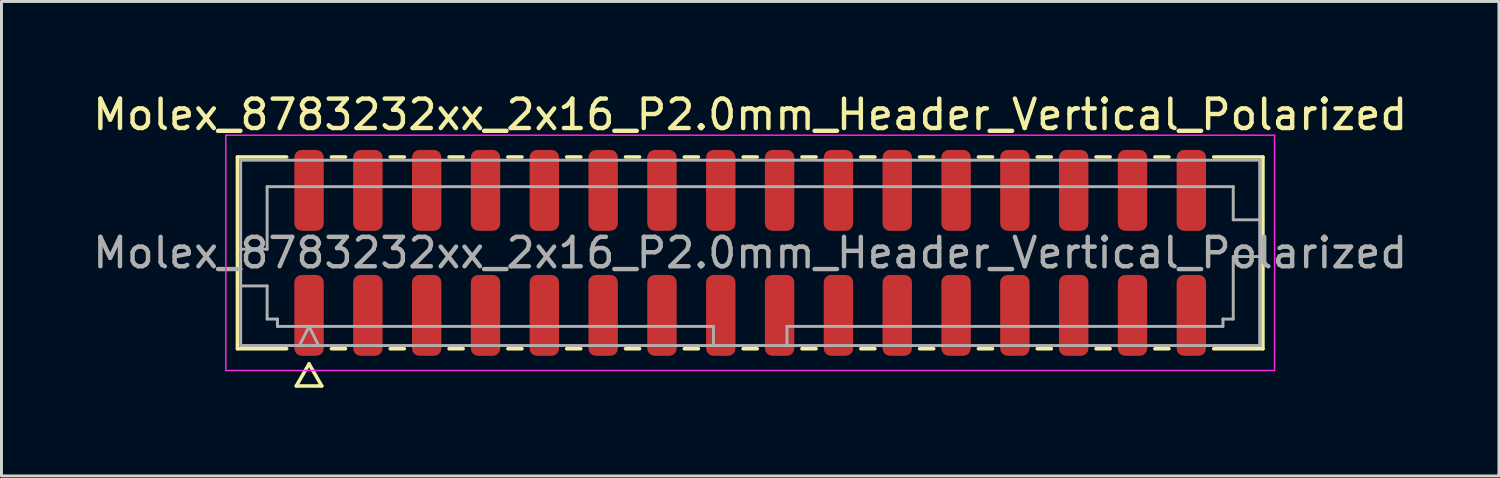
<source format=kicad_pcb>
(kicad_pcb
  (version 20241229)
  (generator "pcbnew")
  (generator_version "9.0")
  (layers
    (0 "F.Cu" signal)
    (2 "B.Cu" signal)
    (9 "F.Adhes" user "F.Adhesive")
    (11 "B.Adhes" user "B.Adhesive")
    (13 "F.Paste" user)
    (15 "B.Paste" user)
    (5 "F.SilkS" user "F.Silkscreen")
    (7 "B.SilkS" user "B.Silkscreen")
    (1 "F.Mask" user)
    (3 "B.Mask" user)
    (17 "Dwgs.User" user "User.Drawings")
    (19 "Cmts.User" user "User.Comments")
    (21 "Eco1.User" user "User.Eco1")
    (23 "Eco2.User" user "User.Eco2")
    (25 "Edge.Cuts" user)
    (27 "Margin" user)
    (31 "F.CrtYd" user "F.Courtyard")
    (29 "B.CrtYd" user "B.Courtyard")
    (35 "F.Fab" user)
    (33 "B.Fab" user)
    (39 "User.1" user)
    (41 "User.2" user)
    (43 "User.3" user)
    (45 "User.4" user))
  (footprint "Molex_8783232xx_2x16_P2.0mm_Header_Vertical_Polarized"
    (layer "F.Cu")
    (at 22.458 5.548)
    (property "Reference" "Molex_8783232xx_2x16_P2.0mm_Header_Vertical_Polarized" (at 0 -4.7 0) (layer "F.SilkS") (effects (font (size 1 1) (thickness 0.15))))
    (attr smd)
    (fp_line (start -17.435 -3.26) (end -15.76 -3.26) (stroke (width 0.12) (type solid)) (layer "F.SilkS"))
    (fp_line (start -17.435 3.26) (end -17.435 -3.26) (stroke (width 0.12) (type solid)) (layer "F.SilkS"))
    (fp_line (start -15.76 3.26) (end -17.435 3.26) (stroke (width 0.12) (type solid)) (layer "F.SilkS"))
    (fp_line (start -15.433 4.525) (end -15 3.775) (stroke (width 0.12) (type solid)) (layer "F.SilkS"))
    (fp_line (start -15 3.775) (end -14.567 4.525) (stroke (width 0.12) (type solid)) (layer "F.SilkS"))
    (fp_line (start -14.567 4.525) (end -15.433 4.525) (stroke (width 0.12) (type solid)) (layer "F.SilkS"))
    (fp_line (start -14.24 -3.26) (end -13.76 -3.26) (stroke (width 0.12) (type solid)) (layer "F.SilkS"))
    (fp_line (start -13.76 3.26) (end -14.24 3.26) (stroke (width 0.12) (type solid)) (layer "F.SilkS"))
    (fp_line (start -12.24 -3.26) (end -11.76 -3.26) (stroke (width 0.12) (type solid)) (layer "F.SilkS"))
    (fp_line (start -11.76 3.26) (end -12.24 3.26) (stroke (width 0.12) (type solid)) (layer "F.SilkS"))
    (fp_line (start -10.24 -3.26) (end -9.76 -3.26) (stroke (width 0.12) (type solid)) (layer "F.SilkS"))
    (fp_line (start -9.76 3.26) (end -10.24 3.26) (stroke (width 0.12) (type solid)) (layer "F.SilkS"))
    (fp_line (start -8.24 -3.26) (end -7.76 -3.26) (stroke (width 0.12) (type solid)) (layer "F.SilkS"))
    (fp_line (start -7.76 3.26) (end -8.24 3.26) (stroke (width 0.12) (type solid)) (layer "F.SilkS"))
    (fp_line (start -6.24 -3.26) (end -5.76 -3.26) (stroke (width 0.12) (type solid)) (layer "F.SilkS"))
    (fp_line (start -5.76 3.26) (end -6.24 3.26) (stroke (width 0.12) (type solid)) (layer "F.SilkS"))
    (fp_line (start -4.24 -3.26) (end -3.76 -3.26) (stroke (width 0.12) (type solid)) (layer "F.SilkS"))
    (fp_line (start -3.76 3.26) (end -4.24 3.26) (stroke (width 0.12) (type solid)) (layer "F.SilkS"))
    (fp_line (start -2.24 -3.26) (end -1.76 -3.26) (stroke (width 0.12) (type solid)) (layer "F.SilkS"))
    (fp_line (start -1.76 3.26) (end -2.24 3.26) (stroke (width 0.12) (type solid)) (layer "F.SilkS"))
    (fp_line (start -0.24 -3.26) (end 0.24 -3.26) (stroke (width 0.12) (type solid)) (layer "F.SilkS"))
    (fp_line (start 0.24 3.26) (end -0.24 3.26) (stroke (width 0.12) (type solid)) (layer "F.SilkS"))
    (fp_line (start 1.76 -3.26) (end 2.24 -3.26) (stroke (width 0.12) (type solid)) (layer "F.SilkS"))
    (fp_line (start 2.24 3.26) (end 1.76 3.26) (stroke (width 0.12) (type solid)) (layer "F.SilkS"))
    (fp_line (start 3.76 -3.26) (end 4.24 -3.26) (stroke (width 0.12) (type solid)) (layer "F.SilkS"))
    (fp_line (start 4.24 3.26) (end 3.76 3.26) (stroke (width 0.12) (type solid)) (layer "F.SilkS"))
    (fp_line (start 5.76 -3.26) (end 6.24 -3.26) (stroke (width 0.12) (type solid)) (layer "F.SilkS"))
    (fp_line (start 6.24 3.26) (end 5.76 3.26) (stroke (width 0.12) (type solid)) (layer "F.SilkS"))
    (fp_line (start 7.76 -3.26) (end 8.24 -3.26) (stroke (width 0.12) (type solid)) (layer "F.SilkS"))
    (fp_line (start 8.24 3.26) (end 7.76 3.26) (stroke (width 0.12) (type solid)) (layer "F.SilkS"))
    (fp_line (start 9.76 -3.26) (end 10.24 -3.26) (stroke (width 0.12) (type solid)) (layer "F.SilkS"))
    (fp_line (start 10.24 3.26) (end 9.76 3.26) (stroke (width 0.12) (type solid)) (layer "F.SilkS"))
    (fp_line (start 11.76 -3.26) (end 12.24 -3.26) (stroke (width 0.12) (type solid)) (layer "F.SilkS"))
    (fp_line (start 12.24 3.26) (end 11.76 3.26) (stroke (width 0.12) (type solid)) (layer "F.SilkS"))
    (fp_line (start 13.76 -3.26) (end 14.24 -3.26) (stroke (width 0.12) (type solid)) (layer "F.SilkS"))
    (fp_line (start 14.24 3.26) (end 13.76 3.26) (stroke (width 0.12) (type solid)) (layer "F.SilkS"))
    (fp_line (start 15.76 -3.26) (end 17.435 -3.26) (stroke (width 0.12) (type solid)) (layer "F.SilkS"))
    (fp_line (start 17.435 -3.26) (end 17.435 3.26) (stroke (width 0.12) (type solid)) (layer "F.SilkS"))
    (fp_line (start 17.435 3.26) (end 15.76 3.26) (stroke (width 0.12) (type solid)) (layer "F.SilkS"))
    (fp_line (start -17.83 -4) (end -17.83 4) (stroke (width 0.05) (type solid)) (layer "F.CrtYd"))
    (fp_line (start -17.83 4) (end 17.83 4) (stroke (width 0.05) (type solid)) (layer "F.CrtYd"))
    (fp_line (start 17.83 -4) (end -17.83 -4) (stroke (width 0.05) (type solid)) (layer "F.CrtYd"))
    (fp_line (start 17.83 4) (end 17.83 -4) (stroke (width 0.05) (type solid)) (layer "F.CrtYd"))
    (fp_line (start -17.325 -3.15) (end 17.325 -3.15) (stroke (width 0.1) (type solid)) (layer "F.Fab"))
    (fp_line (start -17.325 -0.125) (end -16.425 -0.125) (stroke (width 0.1) (type solid)) (layer "F.Fab"))
    (fp_line (start -17.325 1.125) (end -16.425 1.125) (stroke (width 0.1) (type solid)) (layer "F.Fab"))
    (fp_line (start -17.325 3.15) (end -17.325 -3.15) (stroke (width 0.1) (type solid)) (layer "F.Fab"))
    (fp_line (start -16.425 -2.25) (end 16.425 -2.25) (stroke (width 0.1) (type solid)) (layer "F.Fab"))
    (fp_line (start -16.425 -0.125) (end -16.425 -2.25) (stroke (width 0.1) (type solid)) (layer "F.Fab"))
    (fp_line (start -16.425 1.125) (end -16.425 2.25) (stroke (width 0.1) (type solid)) (layer "F.Fab"))
    (fp_line (start -16.425 2.25) (end -16.075 2.25) (stroke (width 0.1) (type solid)) (layer "F.Fab"))
    (fp_line (start -16.075 2.25) (end -16.075 2.5) (stroke (width 0.1) (type solid)) (layer "F.Fab"))
    (fp_line (start -16.075 2.5) (end -1.25 2.5) (stroke (width 0.1) (type solid)) (layer "F.Fab"))
    (fp_line (start -15.325 3.15) (end -15 2.5) (stroke (width 0.1) (type solid)) (layer "F.Fab"))
    (fp_line (start -15 2.5) (end -14.675 3.15) (stroke (width 0.1) (type solid)) (layer "F.Fab"))
    (fp_line (start -1.25 2.5) (end -1.25 3.15) (stroke (width 0.1) (type solid)) (layer "F.Fab"))
    (fp_line (start 1.25 2.5) (end 1.25 3.15) (stroke (width 0.1) (type solid)) (layer "F.Fab"))
    (fp_line (start 1.25 2.5) (end 16.075 2.5) (stroke (width 0.1) (type solid)) (layer "F.Fab"))
    (fp_line (start 16.075 2.25) (end 16.425 2.25) (stroke (width 0.1) (type solid)) (layer "F.Fab"))
    (fp_line (start 16.075 2.5) (end 16.075 2.25) (stroke (width 0.1) (type solid)) (layer "F.Fab"))
    (fp_line (start 16.425 -2.25) (end 16.425 -1.125) (stroke (width 0.1) (type solid)) (layer "F.Fab"))
    (fp_line (start 16.425 -1.125) (end 17.325 -1.125) (stroke (width 0.1) (type solid)) (layer "F.Fab"))
    (fp_line (start 16.425 0.125) (end 17.325 0.125) (stroke (width 0.1) (type solid)) (layer "F.Fab"))
    (fp_line (start 16.425 2.25) (end 16.425 0.125) (stroke (width 0.1) (type solid)) (layer "F.Fab"))
    (fp_line (start 17.325 -3.15) (end 17.325 3.15) (stroke (width 0.1) (type solid)) (layer "F.Fab"))
    (fp_line (start 17.325 3.15) (end -17.325 3.15) (stroke (width 0.1) (type solid)) (layer "F.Fab"))
    (fp_text user "${REFERENCE}" (at 0 0 0) (layer "F.Fab") (effects (font (size 1 1) (thickness 0.15))))
    (pad "1" smd roundrect (at -15 2.125) (size 1 2.75) (layers "F.Cu" "F.Mask" "F.Paste") (roundrect_rratio 0.25))
    (pad "2" smd roundrect (at -15 -2.125) (size 1 2.75) (layers "F.Cu" "F.Mask" "F.Paste") (roundrect_rratio 0.25))
    (pad "3" smd roundrect (at -13 2.125) (size 1 2.75) (layers "F.Cu" "F.Mask" "F.Paste") (roundrect_rratio 0.25))
    (pad "4" smd roundrect (at -13 -2.125) (size 1 2.75) (layers "F.Cu" "F.Mask" "F.Paste") (roundrect_rratio 0.25))
    (pad "5" smd roundrect (at -11 2.125) (size 1 2.75) (layers "F.Cu" "F.Mask" "F.Paste") (roundrect_rratio 0.25))
    (pad "6" smd roundrect (at -11 -2.125) (size 1 2.75) (layers "F.Cu" "F.Mask" "F.Paste") (roundrect_rratio 0.25))
    (pad "7" smd roundrect (at -9 2.125) (size 1 2.75) (layers "F.Cu" "F.Mask" "F.Paste") (roundrect_rratio 0.25))
    (pad "8" smd roundrect (at -9 -2.125) (size 1 2.75) (layers "F.Cu" "F.Mask" "F.Paste") (roundrect_rratio 0.25))
    (pad "9" smd roundrect (at -7 2.125) (size 1 2.75) (layers "F.Cu" "F.Mask" "F.Paste") (roundrect_rratio 0.25))
    (pad "10" smd roundrect (at -7 -2.125) (size 1 2.75) (layers "F.Cu" "F.Mask" "F.Paste") (roundrect_rratio 0.25))
    (pad "11" smd roundrect (at -5 2.125) (size 1 2.75) (layers "F.Cu" "F.Mask" "F.Paste") (roundrect_rratio 0.25))
    (pad "12" smd roundrect (at -5 -2.125) (size 1 2.75) (layers "F.Cu" "F.Mask" "F.Paste") (roundrect_rratio 0.25))
    (pad "13" smd roundrect (at -3 2.125) (size 1 2.75) (layers "F.Cu" "F.Mask" "F.Paste") (roundrect_rratio 0.25))
    (pad "14" smd roundrect (at -3 -2.125) (size 1 2.75) (layers "F.Cu" "F.Mask" "F.Paste") (roundrect_rratio 0.25))
    (pad "15" smd roundrect (at -1 2.125) (size 1 2.75) (layers "F.Cu" "F.Mask" "F.Paste") (roundrect_rratio 0.25))
    (pad "16" smd roundrect (at -1 -2.125) (size 1 2.75) (layers "F.Cu" "F.Mask" "F.Paste") (roundrect_rratio 0.25))
    (pad "17" smd roundrect (at 1 2.125) (size 1 2.75) (layers "F.Cu" "F.Mask" "F.Paste") (roundrect_rratio 0.25))
    (pad "18" smd roundrect (at 1 -2.125) (size 1 2.75) (layers "F.Cu" "F.Mask" "F.Paste") (roundrect_rratio 0.25))
    (pad "19" smd roundrect (at 3 2.125) (size 1 2.75) (layers "F.Cu" "F.Mask" "F.Paste") (roundrect_rratio 0.25))
    (pad "20" smd roundrect (at 3 -2.125) (size 1 2.75) (layers "F.Cu" "F.Mask" "F.Paste") (roundrect_rratio 0.25))
    (pad "21" smd roundrect (at 5 2.125) (size 1 2.75) (layers "F.Cu" "F.Mask" "F.Paste") (roundrect_rratio 0.25))
    (pad "22" smd roundrect (at 5 -2.125) (size 1 2.75) (layers "F.Cu" "F.Mask" "F.Paste") (roundrect_rratio 0.25))
    (pad "23" smd roundrect (at 7 2.125) (size 1 2.75) (layers "F.Cu" "F.Mask" "F.Paste") (roundrect_rratio 0.25))
    (pad "24" smd roundrect (at 7 -2.125) (size 1 2.75) (layers "F.Cu" "F.Mask" "F.Paste") (roundrect_rratio 0.25))
    (pad "25" smd roundrect (at 9 2.125) (size 1 2.75) (layers "F.Cu" "F.Mask" "F.Paste") (roundrect_rratio 0.25))
    (pad "26" smd roundrect (at 9 -2.125) (size 1 2.75) (layers "F.Cu" "F.Mask" "F.Paste") (roundrect_rratio 0.25))
    (pad "27" smd roundrect (at 11 2.125) (size 1 2.75) (layers "F.Cu" "F.Mask" "F.Paste") (roundrect_rratio 0.25))
    (pad "28" smd roundrect (at 11 -2.125) (size 1 2.75) (layers "F.Cu" "F.Mask" "F.Paste") (roundrect_rratio 0.25))
    (pad "29" smd roundrect (at 13 2.125) (size 1 2.75) (layers "F.Cu" "F.Mask" "F.Paste") (roundrect_rratio 0.25))
    (pad "30" smd roundrect (at 13 -2.125) (size 1 2.75) (layers "F.Cu" "F.Mask" "F.Paste") (roundrect_rratio 0.25))
    (pad "31" smd roundrect (at 15 2.125) (size 1 2.75) (layers "F.Cu" "F.Mask" "F.Paste") (roundrect_rratio 0.25))
    (pad "32" smd roundrect (at 15 -2.125) (size 1 2.75) (layers "F.Cu" "F.Mask" "F.Paste") (roundrect_rratio 0.25)))
  (gr_rect
    (start -3 -3)
    (end 47.917 13.133)
    (stroke (width 0.1) (type default))
    (fill no)
    (layer "Edge.Cuts")))
</source>
